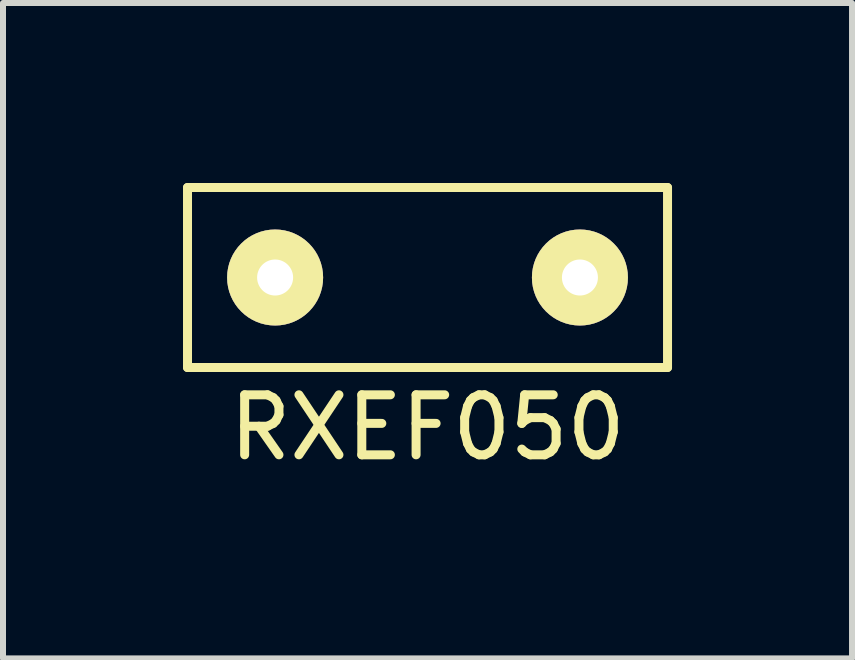
<source format=kicad_pcb>
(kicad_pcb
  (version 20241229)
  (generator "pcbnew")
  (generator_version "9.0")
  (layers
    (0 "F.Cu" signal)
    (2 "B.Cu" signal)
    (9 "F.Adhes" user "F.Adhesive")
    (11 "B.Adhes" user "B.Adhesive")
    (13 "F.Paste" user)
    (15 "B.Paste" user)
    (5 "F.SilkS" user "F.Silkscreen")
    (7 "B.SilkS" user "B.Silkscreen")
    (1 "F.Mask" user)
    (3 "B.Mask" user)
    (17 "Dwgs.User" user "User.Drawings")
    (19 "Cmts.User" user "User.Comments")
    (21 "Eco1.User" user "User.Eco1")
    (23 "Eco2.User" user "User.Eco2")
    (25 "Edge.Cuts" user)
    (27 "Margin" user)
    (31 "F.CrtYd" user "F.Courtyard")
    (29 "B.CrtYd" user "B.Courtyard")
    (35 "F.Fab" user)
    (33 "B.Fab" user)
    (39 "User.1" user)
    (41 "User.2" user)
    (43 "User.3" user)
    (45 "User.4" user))
  (footprint "RXEF050"
    (layer "F.Cu")
    (at 4.075 1.575)
    (property "Reference" "RXEF050" (at 0 2.5 0) (layer "F.SilkS") (effects (font (size 1 1) (thickness 0.15))))
    (attr through_hole)
    (fp_line (start -4 -1.5) (end 4 -1.5) (stroke (width 0.15) (type solid)) (layer "F.SilkS"))
    (fp_line (start -4 1.5) (end -4 -1.5) (stroke (width 0.15) (type solid)) (layer "F.SilkS"))
    (fp_line (start 4 -1.5) (end 4 1.5) (stroke (width 0.15) (type solid)) (layer "F.SilkS"))
    (fp_line (start 4 1.5) (end -4 1.5) (stroke (width 0.15) (type solid)) (layer "F.SilkS"))
    (pad "1" thru_hole circle (at -2.54 0) (size 1.6 1.6) (drill 0.6) (layers "*.Cu" "*.Mask" "F.SilkS"))
    (pad "2" thru_hole circle (at 2.54 0) (size 1.6 1.6) (drill 0.6) (layers "*.Cu" "*.Mask" "F.SilkS")))
  (gr_rect
    (start -3 -3)
    (end 11.15 7.923)
    (stroke (width 0.1) (type default))
    (fill no)
    (layer "Edge.Cuts")))
</source>
